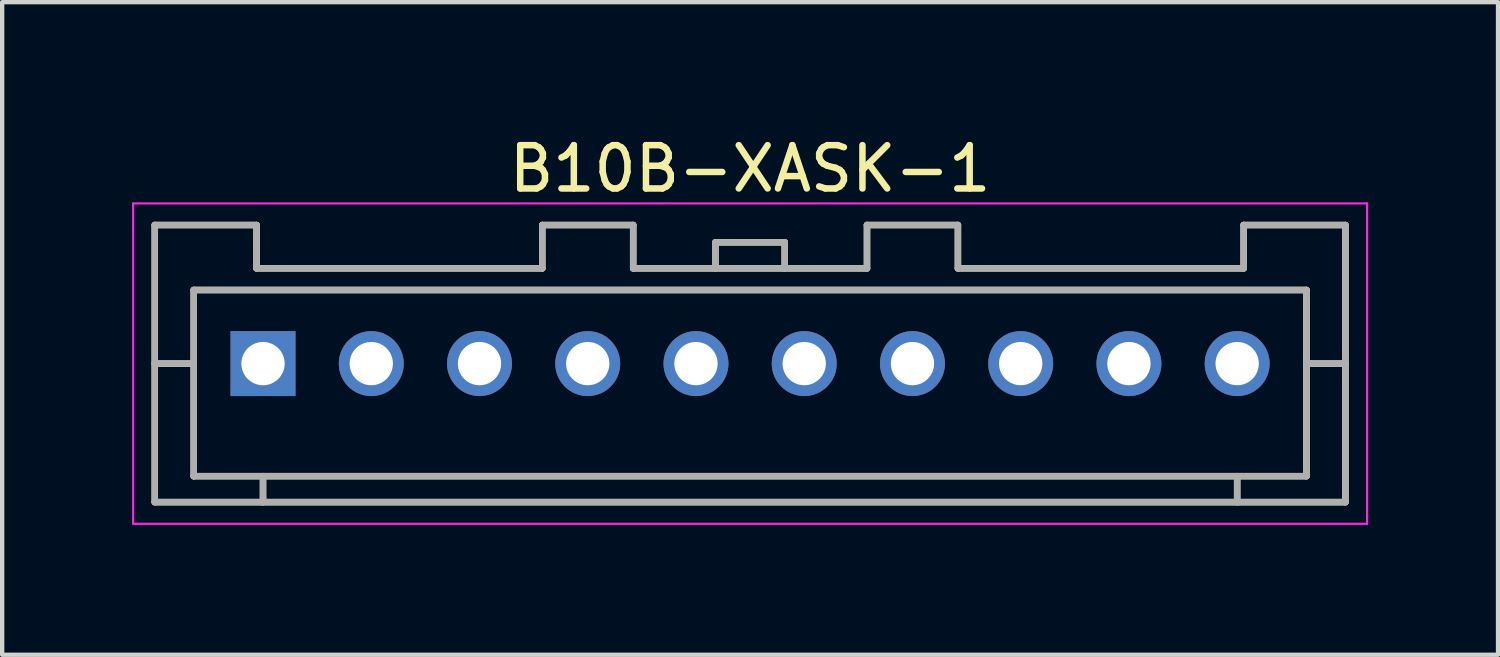
<source format=kicad_pcb>
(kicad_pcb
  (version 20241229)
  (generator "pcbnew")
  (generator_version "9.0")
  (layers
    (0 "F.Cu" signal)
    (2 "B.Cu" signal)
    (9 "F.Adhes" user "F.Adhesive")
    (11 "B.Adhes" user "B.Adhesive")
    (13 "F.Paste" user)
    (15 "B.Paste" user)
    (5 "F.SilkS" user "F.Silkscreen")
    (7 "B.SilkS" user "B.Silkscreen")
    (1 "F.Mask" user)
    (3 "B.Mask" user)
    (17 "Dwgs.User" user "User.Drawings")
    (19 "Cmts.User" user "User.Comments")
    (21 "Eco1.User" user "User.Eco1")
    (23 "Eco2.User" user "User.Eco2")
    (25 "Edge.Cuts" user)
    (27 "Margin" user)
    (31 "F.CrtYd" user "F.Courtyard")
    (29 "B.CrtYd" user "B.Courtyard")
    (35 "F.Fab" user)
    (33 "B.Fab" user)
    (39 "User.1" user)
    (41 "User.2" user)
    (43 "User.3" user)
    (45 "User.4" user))
  (footprint "B10B-XASK-1"
    (layer "F.Cu")
    (at 14.275 5.348)
    (property "Reference" "B10B-XASK-1" (at 0 -4.5 0) (layer "F.SilkS") (effects (font (size 1 1) (thickness 0.15))))
    (attr smd)
    (fp_line (start -13.75 -3.2) (end -13.75 3.2) (stroke (width 0.15) (type solid)) (layer "F.SilkS"))
    (fp_line (start -13.75 -3.2) (end -11.4 -3.2) (stroke (width 0.15) (type solid)) (layer "F.SilkS"))
    (fp_line (start -13.75 0) (end -12.85 0) (stroke (width 0.15) (type solid)) (layer "F.SilkS"))
    (fp_line (start -13.75 3.2) (end 13.75 3.2) (stroke (width 0.15) (type solid)) (layer "F.SilkS"))
    (fp_line (start -12.85 -1.7) (end -12.85 2.6) (stroke (width 0.15) (type solid)) (layer "F.SilkS"))
    (fp_line (start -12.85 -1.7) (end 12.85 -1.7) (stroke (width 0.15) (type solid)) (layer "F.SilkS"))
    (fp_line (start -12.85 2.6) (end 12.85 2.6) (stroke (width 0.15) (type solid)) (layer "F.SilkS"))
    (fp_line (start -11.4 -3.2) (end -11.4 -2.2) (stroke (width 0.15) (type solid)) (layer "F.SilkS"))
    (fp_line (start -11.4 -2.2) (end -4.8 -2.2) (stroke (width 0.15) (type solid)) (layer "F.SilkS"))
    (fp_line (start -11.25 2.6) (end -11.25 3.2) (stroke (width 0.15) (type solid)) (layer "F.SilkS"))
    (fp_line (start -4.8 -3.2) (end -4.8 -2.2) (stroke (width 0.15) (type solid)) (layer "F.SilkS"))
    (fp_line (start -4.8 -3.2) (end -2.7 -3.2) (stroke (width 0.15) (type solid)) (layer "F.SilkS"))
    (fp_line (start -2.7 -3.2) (end -2.7 -2.2) (stroke (width 0.15) (type solid)) (layer "F.SilkS"))
    (fp_line (start -2.7 -2.2) (end 2.7 -2.2) (stroke (width 0.15) (type solid)) (layer "F.SilkS"))
    (fp_line (start -0.8 -2.8) (end -0.8 -2.2) (stroke (width 0.15) (type solid)) (layer "F.SilkS"))
    (fp_line (start -0.8 -2.8) (end 0.8 -2.8) (stroke (width 0.15) (type solid)) (layer "F.SilkS"))
    (fp_line (start 0.8 -2.8) (end 0.8 -2.2) (stroke (width 0.15) (type solid)) (layer "F.SilkS"))
    (fp_line (start 2.7 -3.2) (end 2.7 -2.2) (stroke (width 0.15) (type solid)) (layer "F.SilkS"))
    (fp_line (start 2.7 -3.2) (end 4.8 -3.2) (stroke (width 0.15) (type solid)) (layer "F.SilkS"))
    (fp_line (start 4.8 -3.2) (end 4.8 -2.2) (stroke (width 0.15) (type solid)) (layer "F.SilkS"))
    (fp_line (start 4.8 -2.2) (end 11.4 -2.2) (stroke (width 0.15) (type solid)) (layer "F.SilkS"))
    (fp_line (start 11.25 2.6) (end 11.25 3.2) (stroke (width 0.15) (type solid)) (layer "F.SilkS"))
    (fp_line (start 11.4 -3.2) (end 11.4 -2.2) (stroke (width 0.15) (type solid)) (layer "F.SilkS"))
    (fp_line (start 11.4 -3.2) (end 13.75 -3.2) (stroke (width 0.15) (type solid)) (layer "F.SilkS"))
    (fp_line (start 12.85 -1.7) (end 12.85 2.6) (stroke (width 0.15) (type solid)) (layer "F.SilkS"))
    (fp_line (start 12.85 0) (end 13.75 0) (stroke (width 0.15) (type solid)) (layer "F.SilkS"))
    (fp_line (start 13.75 -3.2) (end 13.75 3.2) (stroke (width 0.15) (type solid)) (layer "F.SilkS"))
    (fp_line (start -14.25 -3.7) (end -14.25 3.7) (stroke (width 0.05) (type solid)) (layer "F.CrtYd"))
    (fp_line (start -14.25 -3.7) (end 14.25 -3.7) (stroke (width 0.05) (type solid)) (layer "F.CrtYd"))
    (fp_line (start -14.25 3.7) (end 14.25 3.7) (stroke (width 0.05) (type solid)) (layer "F.CrtYd"))
    (fp_line (start 14.25 -3.7) (end 14.25 3.7) (stroke (width 0.05) (type solid)) (layer "F.CrtYd"))
    (fp_line (start -13.75 -3.2) (end -13.75 3.2) (stroke (width 0.15) (type solid)) (layer "F.Fab"))
    (fp_line (start -13.75 -3.2) (end -11.4 -3.2) (stroke (width 0.15) (type solid)) (layer "F.Fab"))
    (fp_line (start -13.75 0) (end -12.85 0) (stroke (width 0.15) (type solid)) (layer "F.Fab"))
    (fp_line (start -13.75 3.2) (end 13.75 3.2) (stroke (width 0.15) (type solid)) (layer "F.Fab"))
    (fp_line (start -12.85 -1.7) (end -12.85 2.6) (stroke (width 0.15) (type solid)) (layer "F.Fab"))
    (fp_line (start -12.85 -1.7) (end 12.85 -1.7) (stroke (width 0.15) (type solid)) (layer "F.Fab"))
    (fp_line (start -12.85 2.6) (end 12.85 2.6) (stroke (width 0.15) (type solid)) (layer "F.Fab"))
    (fp_line (start -11.4 -3.2) (end -11.4 -2.2) (stroke (width 0.15) (type solid)) (layer "F.Fab"))
    (fp_line (start -11.4 -2.2) (end -4.8 -2.2) (stroke (width 0.15) (type solid)) (layer "F.Fab"))
    (fp_line (start -11.25 2.6) (end -11.25 3.2) (stroke (width 0.15) (type solid)) (layer "F.Fab"))
    (fp_line (start -4.8 -3.2) (end -4.8 -2.2) (stroke (width 0.15) (type solid)) (layer "F.Fab"))
    (fp_line (start -4.8 -3.2) (end -2.7 -3.2) (stroke (width 0.15) (type solid)) (layer "F.Fab"))
    (fp_line (start -2.7 -3.2) (end -2.7 -2.2) (stroke (width 0.15) (type solid)) (layer "F.Fab"))
    (fp_line (start -2.7 -2.2) (end 2.7 -2.2) (stroke (width 0.15) (type solid)) (layer "F.Fab"))
    (fp_line (start -0.8 -2.8) (end -0.8 -2.2) (stroke (width 0.15) (type solid)) (layer "F.Fab"))
    (fp_line (start -0.8 -2.8) (end 0.8 -2.8) (stroke (width 0.15) (type solid)) (layer "F.Fab"))
    (fp_line (start 0.8 -2.8) (end 0.8 -2.2) (stroke (width 0.15) (type solid)) (layer "F.Fab"))
    (fp_line (start 2.7 -3.2) (end 2.7 -2.2) (stroke (width 0.15) (type solid)) (layer "F.Fab"))
    (fp_line (start 2.7 -3.2) (end 4.8 -3.2) (stroke (width 0.15) (type solid)) (layer "F.Fab"))
    (fp_line (start 4.8 -3.2) (end 4.8 -2.2) (stroke (width 0.15) (type solid)) (layer "F.Fab"))
    (fp_line (start 4.8 -2.2) (end 11.4 -2.2) (stroke (width 0.15) (type solid)) (layer "F.Fab"))
    (fp_line (start 11.25 2.6) (end 11.25 3.2) (stroke (width 0.15) (type solid)) (layer "F.Fab"))
    (fp_line (start 11.4 -3.2) (end 11.4 -2.2) (stroke (width 0.15) (type solid)) (layer "F.Fab"))
    (fp_line (start 11.4 -3.2) (end 13.75 -3.2) (stroke (width 0.15) (type solid)) (layer "F.Fab"))
    (fp_line (start 12.85 -1.7) (end 12.85 2.6) (stroke (width 0.15) (type solid)) (layer "F.Fab"))
    (fp_line (start 12.85 0) (end 13.75 0) (stroke (width 0.15) (type solid)) (layer "F.Fab"))
    (fp_line (start 13.75 -3.2) (end 13.75 3.2) (stroke (width 0.15) (type solid)) (layer "F.Fab"))
    (pad "1" thru_hole rect (at -11.25 0) (size 1.5 1.5) (drill 1) (layers "*.Cu" "*.Mask"))
    (pad "2" thru_hole circle (at -8.75 0) (size 1.5 1.5) (drill 1) (layers "*.Cu" "*.Mask"))
    (pad "3" thru_hole circle (at -6.25 0) (size 1.5 1.5) (drill 1) (layers "*.Cu" "*.Mask"))
    (pad "4" thru_hole circle (at -3.75 0) (size 1.5 1.5) (drill 1) (layers "*.Cu" "*.Mask"))
    (pad "5" thru_hole circle (at -1.25 0) (size 1.5 1.5) (drill 1) (layers "*.Cu" "*.Mask"))
    (pad "6" thru_hole circle (at 1.25 0) (size 1.5 1.5) (drill 1) (layers "*.Cu" "*.Mask"))
    (pad "7" thru_hole circle (at 3.75 0) (size 1.5 1.5) (drill 1) (layers "*.Cu" "*.Mask"))
    (pad "8" thru_hole circle (at 6.25 0) (size 1.5 1.5) (drill 1) (layers "*.Cu" "*.Mask"))
    (pad "9" thru_hole circle (at 8.75 0) (size 1.5 1.5) (drill 1) (layers "*.Cu" "*.Mask"))
    (pad "10" thru_hole circle (at 11.25 0) (size 1.5 1.5) (drill 1) (layers "*.Cu" "*.Mask")))
  (gr_rect
    (start -3 -3)
    (end 31.55 12.073)
    (stroke (width 0.1) (type default))
    (fill no)
    (layer "Edge.Cuts")))
</source>
